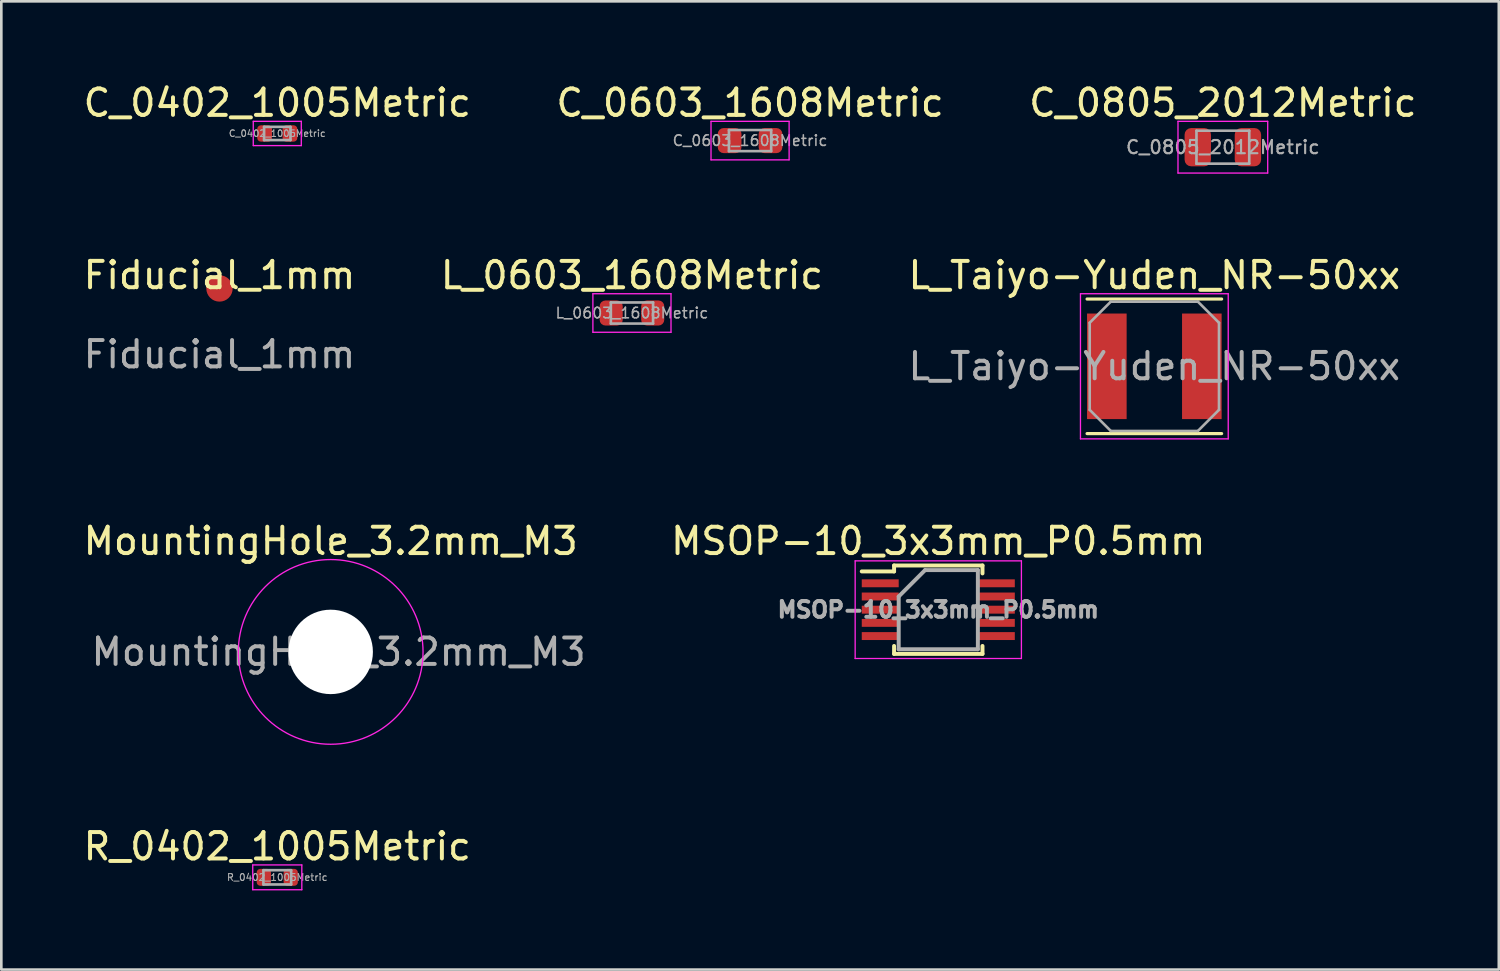
<source format=kicad_pcb>
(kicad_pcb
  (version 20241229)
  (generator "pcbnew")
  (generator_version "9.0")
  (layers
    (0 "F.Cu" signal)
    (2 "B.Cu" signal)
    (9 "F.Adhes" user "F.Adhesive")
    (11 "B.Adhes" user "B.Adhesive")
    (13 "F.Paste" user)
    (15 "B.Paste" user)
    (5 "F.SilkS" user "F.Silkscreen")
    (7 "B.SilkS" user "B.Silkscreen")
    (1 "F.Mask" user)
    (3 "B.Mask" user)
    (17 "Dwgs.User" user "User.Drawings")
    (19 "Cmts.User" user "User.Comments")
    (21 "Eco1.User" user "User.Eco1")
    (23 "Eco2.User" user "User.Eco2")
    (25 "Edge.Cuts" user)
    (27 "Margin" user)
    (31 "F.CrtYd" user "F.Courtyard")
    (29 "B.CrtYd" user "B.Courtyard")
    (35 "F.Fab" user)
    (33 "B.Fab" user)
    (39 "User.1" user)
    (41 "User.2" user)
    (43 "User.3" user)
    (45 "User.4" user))
  (footprint "Fiducial_1mm"
    (layer "F.Cu")
    (at 5.268 7.881)
    (property "Reference" "Fiducial_1mm" (at 0 -0.5 0) (unlocked yes) (layer "F.SilkS") (effects (font (size 1 1) (thickness 0.15))))
    (fp_text user "${REFERENCE}" (at 0 2.5 0) (unlocked yes) (layer "F.Fab") (effects (font (size 1 1) (thickness 0.15))))
    (pad "1" smd circle (at 0 0) (size 1 1) (layers "F.Cu" "F.Mask" "F.Paste")))
  (footprint "C_0603_1608Metric"
    (layer "F.Cu")
    (at 25.375 2.278)
    (property "Reference" "C_0603_1608Metric" (at 0 -1.43 0) (layer "F.SilkS") (effects (font (size 1 1) (thickness 0.15))))
    (attr smd)
    (fp_line (start -1.48 -0.73) (end 1.48 -0.73) (stroke (width 0.05) (type solid)) (layer "F.CrtYd"))
    (fp_line (start -1.48 0.73) (end -1.48 -0.73) (stroke (width 0.05) (type solid)) (layer "F.CrtYd"))
    (fp_line (start 1.48 -0.73) (end 1.48 0.73) (stroke (width 0.05) (type solid)) (layer "F.CrtYd"))
    (fp_line (start 1.48 0.73) (end -1.48 0.73) (stroke (width 0.05) (type solid)) (layer "F.CrtYd"))
    (fp_line (start -0.8 -0.4) (end 0.8 -0.4) (stroke (width 0.1) (type solid)) (layer "F.Fab"))
    (fp_line (start -0.8 0.4) (end -0.8 -0.4) (stroke (width 0.1) (type solid)) (layer "F.Fab"))
    (fp_line (start 0.8 -0.4) (end 0.8 0.4) (stroke (width 0.1) (type solid)) (layer "F.Fab"))
    (fp_line (start 0.8 0.4) (end -0.8 0.4) (stroke (width 0.1) (type solid)) (layer "F.Fab"))
    (fp_text user "${REFERENCE}" (at 0 0 0) (layer "F.Fab") (effects (font (size 0.4 0.4) (thickness 0.06))))
    (pad "1" smd roundrect (at -0.775 0) (size 0.9 0.95) (layers "F.Cu" "F.Mask" "F.Paste") (roundrect_rratio 0.25))
    (pad "2" smd roundrect (at 0.775 0) (size 0.9 0.95) (layers "F.Cu" "F.Mask" "F.Paste") (roundrect_rratio 0.25)))
  (footprint "C_0402_1005Metric"
    (layer "F.Cu")
    (at 7.458 2.008)
    (property "Reference" "C_0402_1005Metric" (at 0 -1.16 0) (layer "F.SilkS") (effects (font (size 1 1) (thickness 0.15))))
    (attr smd)
    (fp_line (start -0.91 -0.46) (end 0.91 -0.46) (stroke (width 0.05) (type solid)) (layer "F.CrtYd"))
    (fp_line (start -0.91 0.46) (end -0.91 -0.46) (stroke (width 0.05) (type solid)) (layer "F.CrtYd"))
    (fp_line (start 0.91 -0.46) (end 0.91 0.46) (stroke (width 0.05) (type solid)) (layer "F.CrtYd"))
    (fp_line (start 0.91 0.46) (end -0.91 0.46) (stroke (width 0.05) (type solid)) (layer "F.CrtYd"))
    (fp_line (start -0.5 -0.25) (end 0.5 -0.25) (stroke (width 0.1) (type solid)) (layer "F.Fab"))
    (fp_line (start -0.5 0.25) (end -0.5 -0.25) (stroke (width 0.1) (type solid)) (layer "F.Fab"))
    (fp_line (start 0.5 -0.25) (end 0.5 0.25) (stroke (width 0.1) (type solid)) (layer "F.Fab"))
    (fp_line (start 0.5 0.25) (end -0.5 0.25) (stroke (width 0.1) (type solid)) (layer "F.Fab"))
    (fp_text user "${REFERENCE}" (at 0 0 0) (layer "F.Fab") (effects (font (size 0.25 0.25) (thickness 0.04))))
    (pad "1" smd roundrect (at -0.48 0) (size 0.56 0.62) (layers "F.Cu" "F.Mask" "F.Paste") (roundrect_rratio 0.25))
    (pad "2" smd roundrect (at 0.48 0) (size 0.56 0.62) (layers "F.Cu" "F.Mask" "F.Paste") (roundrect_rratio 0.25)))
  (footprint "R_0402_1005Metric"
    (layer "F.Cu")
    (at 7.458 30.198)
    (property "Reference" "R_0402_1005Metric" (at 0 -1.17 0) (layer "F.SilkS") (effects (font (size 1 1) (thickness 0.15))))
    (attr smd)
    (fp_line (start -0.93 -0.47) (end 0.93 -0.47) (stroke (width 0.05) (type solid)) (layer "F.CrtYd"))
    (fp_line (start -0.93 0.47) (end -0.93 -0.47) (stroke (width 0.05) (type solid)) (layer "F.CrtYd"))
    (fp_line (start 0.93 -0.47) (end 0.93 0.47) (stroke (width 0.05) (type solid)) (layer "F.CrtYd"))
    (fp_line (start 0.93 0.47) (end -0.93 0.47) (stroke (width 0.05) (type solid)) (layer "F.CrtYd"))
    (fp_line (start -0.525 -0.27) (end 0.525 -0.27) (stroke (width 0.1) (type solid)) (layer "F.Fab"))
    (fp_line (start -0.525 0.27) (end -0.525 -0.27) (stroke (width 0.1) (type solid)) (layer "F.Fab"))
    (fp_line (start 0.525 -0.27) (end 0.525 0.27) (stroke (width 0.1) (type solid)) (layer "F.Fab"))
    (fp_line (start 0.525 0.27) (end -0.525 0.27) (stroke (width 0.1) (type solid)) (layer "F.Fab"))
    (fp_text user "${REFERENCE}" (at 0 0 0) (layer "F.Fab") (effects (font (size 0.26 0.26) (thickness 0.04))))
    (pad "1" smd roundrect (at -0.51 0) (size 0.54 0.64) (layers "F.Cu" "F.Mask" "F.Paste") (roundrect_rratio 0.25))
    (pad "2" smd roundrect (at 0.51 0) (size 0.54 0.64) (layers "F.Cu" "F.Mask" "F.Paste") (roundrect_rratio 0.25)))
  (footprint "L_0603_1608Metric"
    (layer "F.Cu")
    (at 20.899 8.812)
    (property "Reference" "L_0603_1608Metric" (at 0 -1.43 0) (layer "F.SilkS") (effects (font (size 1 1) (thickness 0.15))))
    (attr smd)
    (fp_line (start -1.48 -0.73) (end 1.48 -0.73) (stroke (width 0.05) (type solid)) (layer "F.CrtYd"))
    (fp_line (start -1.48 0.73) (end -1.48 -0.73) (stroke (width 0.05) (type solid)) (layer "F.CrtYd"))
    (fp_line (start 1.48 -0.73) (end 1.48 0.73) (stroke (width 0.05) (type solid)) (layer "F.CrtYd"))
    (fp_line (start 1.48 0.73) (end -1.48 0.73) (stroke (width 0.05) (type solid)) (layer "F.CrtYd"))
    (fp_line (start -0.8 -0.4) (end 0.8 -0.4) (stroke (width 0.1) (type solid)) (layer "F.Fab"))
    (fp_line (start -0.8 0.4) (end -0.8 -0.4) (stroke (width 0.1) (type solid)) (layer "F.Fab"))
    (fp_line (start 0.8 -0.4) (end 0.8 0.4) (stroke (width 0.1) (type solid)) (layer "F.Fab"))
    (fp_line (start 0.8 0.4) (end -0.8 0.4) (stroke (width 0.1) (type solid)) (layer "F.Fab"))
    (fp_text user "${REFERENCE}" (at 0 0 0) (layer "F.Fab") (effects (font (size 0.4 0.4) (thickness 0.06))))
    (pad "1" smd roundrect (at -0.787 0) (size 0.875 0.95) (layers "F.Cu" "F.Mask" "F.Paste") (roundrect_rratio 0.25))
    (pad "2" smd roundrect (at 0.787 0) (size 0.875 0.95) (layers "F.Cu" "F.Mask" "F.Paste") (roundrect_rratio 0.25)))
  (footprint "MSOP-10_3x3mm_P0.5mm"
    (layer "F.Cu")
    (at 32.508 20.055)
    (property "Reference" "MSOP-10_3x3mm_P0.5mm" (at 0 -2.6 0) (layer "F.SilkS") (effects (font (size 1 1) (thickness 0.15))))
    (attr smd)
    (fp_line (start -1.675 -1.675) (end -1.675 -1.45) (stroke (width 0.15) (type solid)) (layer "F.SilkS"))
    (fp_line (start -1.675 -1.675) (end 1.675 -1.675) (stroke (width 0.15) (type solid)) (layer "F.SilkS"))
    (fp_line (start -1.675 -1.45) (end -2.9 -1.45) (stroke (width 0.15) (type solid)) (layer "F.SilkS"))
    (fp_line (start -1.675 1.675) (end -1.675 1.375) (stroke (width 0.15) (type solid)) (layer "F.SilkS"))
    (fp_line (start -1.675 1.675) (end 1.675 1.675) (stroke (width 0.15) (type solid)) (layer "F.SilkS"))
    (fp_line (start 1.675 -1.675) (end 1.675 -1.375) (stroke (width 0.15) (type solid)) (layer "F.SilkS"))
    (fp_line (start 1.675 1.675) (end 1.675 1.375) (stroke (width 0.15) (type solid)) (layer "F.SilkS"))
    (fp_line (start -3.15 -1.85) (end -3.15 1.85) (stroke (width 0.05) (type solid)) (layer "F.CrtYd"))
    (fp_line (start -3.15 -1.85) (end 3.15 -1.85) (stroke (width 0.05) (type solid)) (layer "F.CrtYd"))
    (fp_line (start -3.15 1.85) (end 3.15 1.85) (stroke (width 0.05) (type solid)) (layer "F.CrtYd"))
    (fp_line (start 3.15 -1.85) (end 3.15 1.85) (stroke (width 0.05) (type solid)) (layer "F.CrtYd"))
    (fp_line (start -1.5 -0.5) (end -0.5 -1.5) (stroke (width 0.15) (type solid)) (layer "F.Fab"))
    (fp_line (start -1.5 1.5) (end -1.5 -0.5) (stroke (width 0.15) (type solid)) (layer "F.Fab"))
    (fp_line (start -0.5 -1.5) (end 1.5 -1.5) (stroke (width 0.15) (type solid)) (layer "F.Fab"))
    (fp_line (start 1.5 -1.5) (end 1.5 1.5) (stroke (width 0.15) (type solid)) (layer "F.Fab"))
    (fp_line (start 1.5 1.5) (end -1.5 1.5) (stroke (width 0.15) (type solid)) (layer "F.Fab"))
    (fp_text user "${REFERENCE}" (at 0 0 0) (layer "F.Fab") (effects (font (size 0.6 0.6) (thickness 0.15))))
    (pad "1" smd rect (at -2.2 -1) (size 1.4 0.3) (layers "F.Cu" "F.Mask" "F.Paste"))
    (pad "2" smd rect (at -2.2 -0.5) (size 1.4 0.3) (layers "F.Cu" "F.Mask" "F.Paste"))
    (pad "3" smd rect (at -2.2 0) (size 1.4 0.3) (layers "F.Cu" "F.Mask" "F.Paste"))
    (pad "4" smd rect (at -2.2 0.5) (size 1.4 0.3) (layers "F.Cu" "F.Mask" "F.Paste"))
    (pad "5" smd rect (at -2.2 1) (size 1.4 0.3) (layers "F.Cu" "F.Mask" "F.Paste"))
    (pad "6" smd rect (at 2.2 1) (size 1.4 0.3) (layers "F.Cu" "F.Mask" "F.Paste"))
    (pad "7" smd rect (at 2.2 0.5) (size 1.4 0.3) (layers "F.Cu" "F.Mask" "F.Paste"))
    (pad "8" smd rect (at 2.2 0) (size 1.4 0.3) (layers "F.Cu" "F.Mask" "F.Paste"))
    (pad "9" smd rect (at 2.2 -0.5) (size 1.4 0.3) (layers "F.Cu" "F.Mask" "F.Paste"))
    (pad "10" smd rect (at 2.2 -1) (size 1.4 0.3) (layers "F.Cu" "F.Mask" "F.Paste")))
  (footprint "MountingHole_3.2mm_M3"
    (layer "F.Cu")
    (at 9.482 21.655)
    (property "Reference" "MountingHole_3.2mm_M3" (at 0 -4.2 0) (layer "F.SilkS") (effects (font (size 1 1) (thickness 0.15))))
    (attr exclude_from_pos_files exclude_from_bom)
    (fp_circle (center 0 0) (end 3.5 0) (stroke (width 0.05) (type solid)) (fill no) (layer "F.CrtYd"))
    (fp_text user "${REFERENCE}" (at 0.3 0 0) (layer "F.Fab") (effects (font (size 1 1) (thickness 0.15))))
    (pad "" np_thru_hole circle (at 0 0) (size 3.2 3.2) (drill 3.2) (layers "*.Cu" "*.Mask")))
  (footprint "L_Taiyo-Yuden_NR-50xx"
    (layer "F.Cu")
    (at 40.696 10.832)
    (property "Reference" "L_Taiyo-Yuden_NR-50xx" (at 0 -3.45 0) (layer "F.SilkS") (effects (font (size 1 1) (thickness 0.15))))
    (attr smd)
    (fp_line (start -2.55 -2.55) (end 2.55 -2.55) (stroke (width 0.12) (type solid)) (layer "F.SilkS"))
    (fp_line (start -2.55 2.55) (end 2.55 2.55) (stroke (width 0.12) (type solid)) (layer "F.SilkS"))
    (fp_line (start -2.8 -2.75) (end -2.8 2.75) (stroke (width 0.05) (type solid)) (layer "F.CrtYd"))
    (fp_line (start -2.8 2.75) (end 2.8 2.75) (stroke (width 0.05) (type solid)) (layer "F.CrtYd"))
    (fp_line (start 2.8 -2.75) (end -2.8 -2.75) (stroke (width 0.05) (type solid)) (layer "F.CrtYd"))
    (fp_line (start 2.8 2.75) (end 2.8 -2.75) (stroke (width 0.05) (type solid)) (layer "F.CrtYd"))
    (fp_line (start -2.45 -1.65) (end -1.65 -2.45) (stroke (width 0.1) (type solid)) (layer "F.Fab"))
    (fp_line (start -2.45 1.65) (end -2.45 -1.65) (stroke (width 0.1) (type solid)) (layer "F.Fab"))
    (fp_line (start -2.45 1.65) (end -1.65 2.45) (stroke (width 0.1) (type solid)) (layer "F.Fab"))
    (fp_line (start -1.65 -2.45) (end 1.65 -2.45) (stroke (width 0.1) (type solid)) (layer "F.Fab"))
    (fp_line (start -1.65 2.45) (end 1.65 2.45) (stroke (width 0.1) (type solid)) (layer "F.Fab"))
    (fp_line (start 2.45 -1.65) (end 1.65 -2.45) (stroke (width 0.1) (type solid)) (layer "F.Fab"))
    (fp_line (start 2.45 -1.65) (end 2.45 1.65) (stroke (width 0.1) (type solid)) (layer "F.Fab"))
    (fp_line (start 2.45 1.65) (end 1.65 2.45) (stroke (width 0.1) (type solid)) (layer "F.Fab"))
    (fp_text user "${REFERENCE}" (at 0 0 0) (layer "F.Fab") (effects (font (size 1 1) (thickness 0.15))))
    (pad "1" smd rect (at -1.8 0) (size 1.5 4) (layers "F.Cu" "F.Mask" "F.Paste"))
    (pad "2" smd rect (at 1.8 0) (size 1.5 4) (layers "F.Cu" "F.Mask" "F.Paste")))
  (footprint "C_0805_2012Metric"
    (layer "F.Cu")
    (at 43.292 2.528)
    (property "Reference" "C_0805_2012Metric" (at 0 -1.68 0) (layer "F.SilkS") (effects (font (size 1 1) (thickness 0.15))))
    (attr smd)
    (fp_line (start -1.7 -0.98) (end 1.7 -0.98) (stroke (width 0.05) (type solid)) (layer "F.CrtYd"))
    (fp_line (start -1.7 0.98) (end -1.7 -0.98) (stroke (width 0.05) (type solid)) (layer "F.CrtYd"))
    (fp_line (start 1.7 -0.98) (end 1.7 0.98) (stroke (width 0.05) (type solid)) (layer "F.CrtYd"))
    (fp_line (start 1.7 0.98) (end -1.7 0.98) (stroke (width 0.05) (type solid)) (layer "F.CrtYd"))
    (fp_line (start -1 -0.625) (end 1 -0.625) (stroke (width 0.1) (type solid)) (layer "F.Fab"))
    (fp_line (start -1 0.625) (end -1 -0.625) (stroke (width 0.1) (type solid)) (layer "F.Fab"))
    (fp_line (start 1 -0.625) (end 1 0.625) (stroke (width 0.1) (type solid)) (layer "F.Fab"))
    (fp_line (start 1 0.625) (end -1 0.625) (stroke (width 0.1) (type solid)) (layer "F.Fab"))
    (fp_text user "${REFERENCE}" (at 0 0 0) (layer "F.Fab") (effects (font (size 0.5 0.5) (thickness 0.08))))
    (pad "1" smd roundrect (at -0.95 0) (size 1 1.45) (layers "F.Cu" "F.Mask" "F.Paste") (roundrect_rratio 0.25))
    (pad "2" smd roundrect (at 0.95 0) (size 1 1.45) (layers "F.Cu" "F.Mask" "F.Paste") (roundrect_rratio 0.25)))
  (gr_rect
    (start -3 -3)
    (end 53.75 33.693)
    (stroke (width 0.1) (type default))
    (fill no)
    (layer "Edge.Cuts")))
</source>
